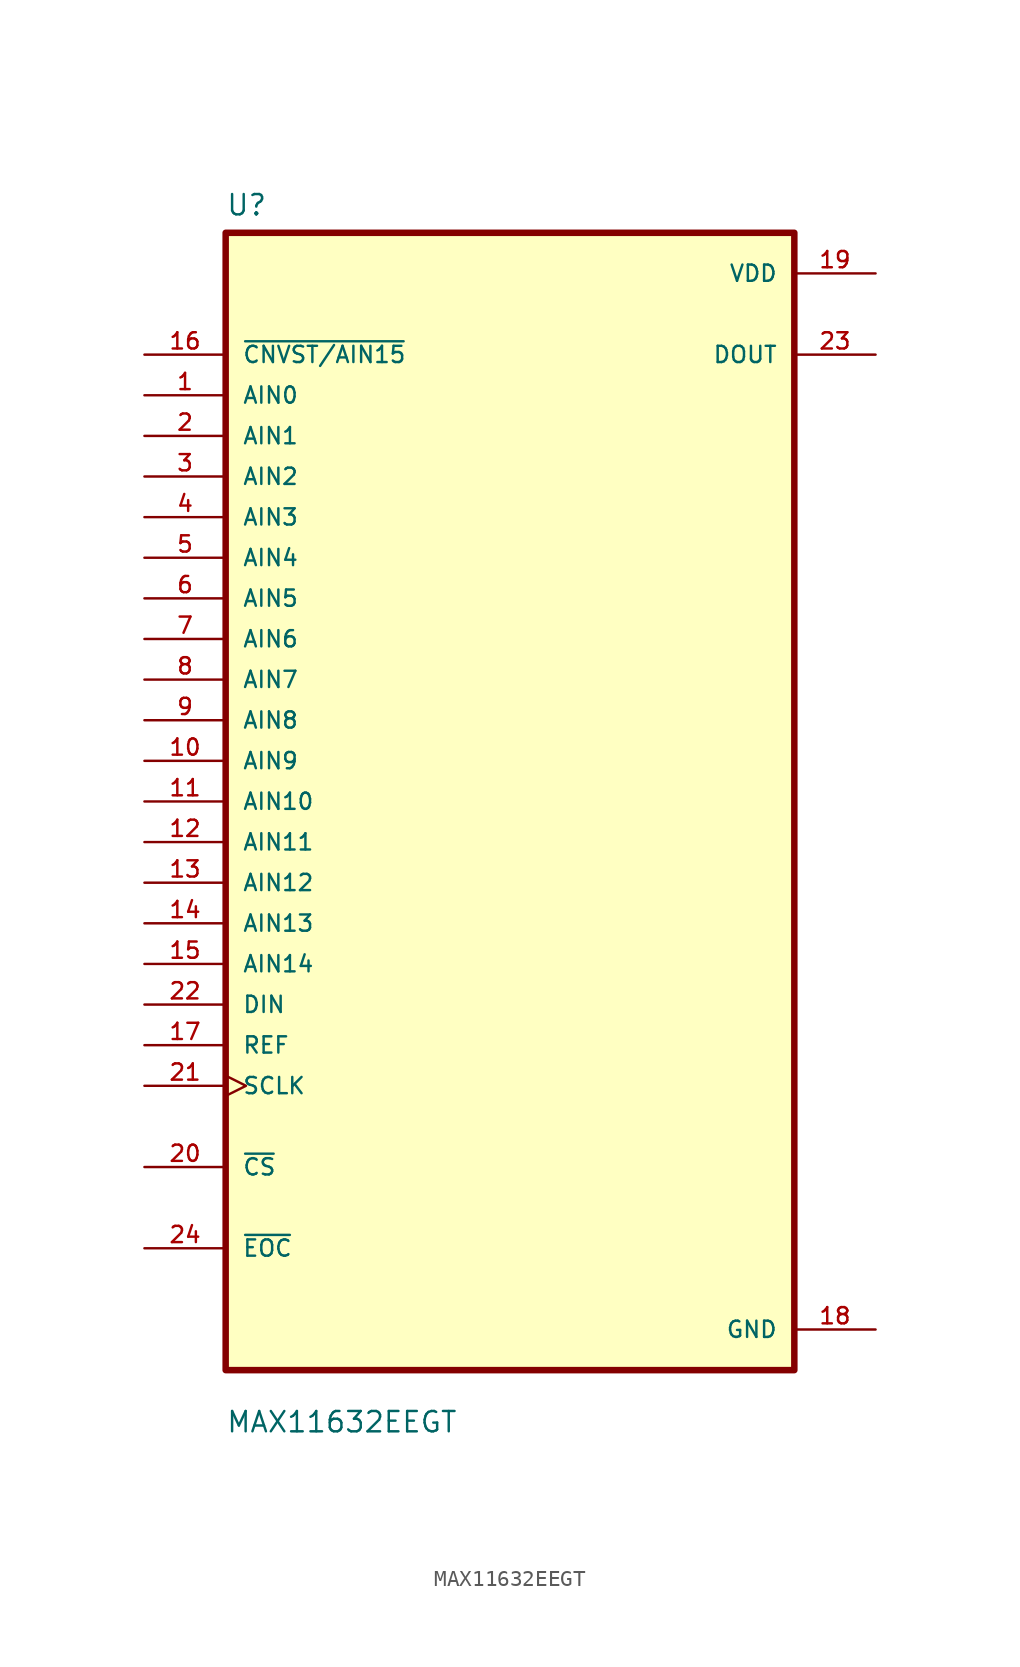
<source format=kicad_sym>
(kicad_symbol_lib
  (version 20211014)
  (generator kicad_symbol_editor)
  (symbol "MAX11632EEGT"
    (pin_names
      (offset 1.016))
    (property "Reference" "U"
      (at -17.78 36.551 0)
      (effects (font (size 1.27 1.27)) (justify left bottom)))
    (property "Value" "MAX11632EEGT"
      (at -17.78 -39.548 0)
      (effects (font (size 1.27 1.27)) (justify left bottom)))
    (property "ki_locked" ""
      (at 0 0 0)
      (effects (font (size 1.27 1.27))))
    (symbol "MAX11632EEGT_0_0"
      (rectangle (start -17.78 -35.56) (end 17.78 35.56) (stroke (width 0.406) (type default) (color 0 0 0 0)) (fill (type background)))
      (pin passive line (at -22.86 25.4 0) (length 5.08) (name "AIN0" (effects (font (size 1.016 1.016)))) (number "1" (effects (font (size 1.016 1.016)))))
      (pin passive line (at -22.86 2.54 0) (length 5.08) (name "AIN9" (effects (font (size 1.016 1.016)))) (number "10" (effects (font (size 1.016 1.016)))))
      (pin passive line (at -22.86 0 0) (length 5.08) (name "AIN10" (effects (font (size 1.016 1.016)))) (number "11" (effects (font (size 1.016 1.016)))))
      (pin passive line (at -22.86 -2.54 0) (length 5.08) (name "AIN11" (effects (font (size 1.016 1.016)))) (number "12" (effects (font (size 1.016 1.016)))))
      (pin passive line (at -22.86 -5.08 0) (length 5.08) (name "AIN12" (effects (font (size 1.016 1.016)))) (number "13" (effects (font (size 1.016 1.016)))))
      (pin passive line (at -22.86 -7.62 0) (length 5.08) (name "AIN13" (effects (font (size 1.016 1.016)))) (number "14" (effects (font (size 1.016 1.016)))))
      (pin passive line (at -22.86 -10.16 0) (length 5.08) (name "AIN14" (effects (font (size 1.016 1.016)))) (number "15" (effects (font (size 1.016 1.016)))))
      (pin passive line (at -22.86 27.94 0) (length 5.08) (name "~{CNVST/AIN15}" (effects (font (size 1.016 1.016)))) (number "16" (effects (font (size 1.016 1.016)))))
      (pin input line (at -22.86 -15.24 0) (length 5.08) (name "REF" (effects (font (size 1.016 1.016)))) (number "17" (effects (font (size 1.016 1.016)))))
      (pin passive line (at 22.86 -33.02 180) (length 5.08) (name "GND" (effects (font (size 1.016 1.016)))) (number "18" (effects (font (size 1.016 1.016)))))
      (pin passive line (at 22.86 33.02 180) (length 5.08) (name "VDD" (effects (font (size 1.016 1.016)))) (number "19" (effects (font (size 1.016 1.016)))))
      (pin passive line (at -22.86 22.86 0) (length 5.08) (name "AIN1" (effects (font (size 1.016 1.016)))) (number "2" (effects (font (size 1.016 1.016)))))
      (pin bidirectional line (at -22.86 -22.86 0) (length 5.08) (name "~{CS}" (effects (font (size 1.016 1.016)))) (number "20" (effects (font (size 1.016 1.016)))))
      (pin input clock (at -22.86 -17.78 0) (length 5.08) (name "SCLK" (effects (font (size 1.016 1.016)))) (number "21" (effects (font (size 1.016 1.016)))))
      (pin input line (at -22.86 -12.7 0) (length 5.08) (name "DIN" (effects (font (size 1.016 1.016)))) (number "22" (effects (font (size 1.016 1.016)))))
      (pin passive line (at 22.86 27.94 180) (length 5.08) (name "DOUT" (effects (font (size 1.016 1.016)))) (number "23" (effects (font (size 1.016 1.016)))))
      (pin bidirectional line (at -22.86 -27.94 0) (length 5.08) (name "~{EOC}" (effects (font (size 1.016 1.016)))) (number "24" (effects (font (size 1.016 1.016)))))
      (pin passive line (at -22.86 20.32 0) (length 5.08) (name "AIN2" (effects (font (size 1.016 1.016)))) (number "3" (effects (font (size 1.016 1.016)))))
      (pin passive line (at -22.86 17.78 0) (length 5.08) (name "AIN3" (effects (font (size 1.016 1.016)))) (number "4" (effects (font (size 1.016 1.016)))))
      (pin passive line (at -22.86 15.24 0) (length 5.08) (name "AIN4" (effects (font (size 1.016 1.016)))) (number "5" (effects (font (size 1.016 1.016)))))
      (pin passive line (at -22.86 12.7 0) (length 5.08) (name "AIN5" (effects (font (size 1.016 1.016)))) (number "6" (effects (font (size 1.016 1.016)))))
      (pin passive line (at -22.86 10.16 0) (length 5.08) (name "AIN6" (effects (font (size 1.016 1.016)))) (number "7" (effects (font (size 1.016 1.016)))))
      (pin passive line (at -22.86 7.62 0) (length 5.08) (name "AIN7" (effects (font (size 1.016 1.016)))) (number "8" (effects (font (size 1.016 1.016)))))
      (pin passive line (at -22.86 5.08 0) (length 5.08) (name "AIN8" (effects (font (size 1.016 1.016)))) (number "9" (effects (font (size 1.016 1.016))))))))
</source>
